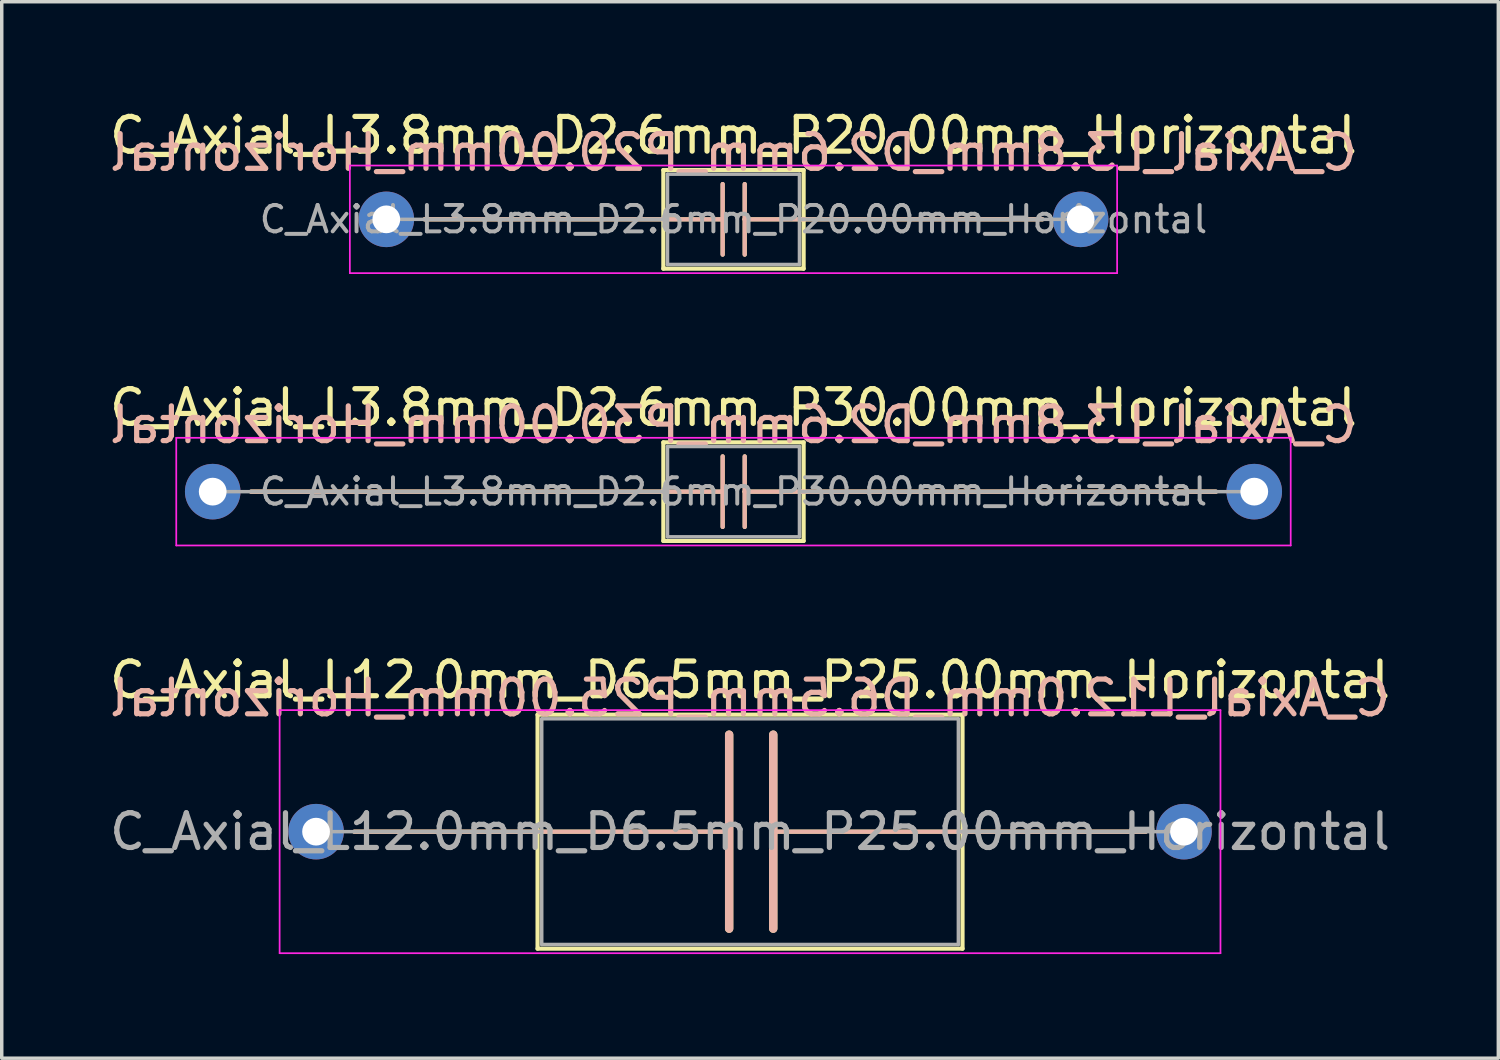
<source format=kicad_pcb>
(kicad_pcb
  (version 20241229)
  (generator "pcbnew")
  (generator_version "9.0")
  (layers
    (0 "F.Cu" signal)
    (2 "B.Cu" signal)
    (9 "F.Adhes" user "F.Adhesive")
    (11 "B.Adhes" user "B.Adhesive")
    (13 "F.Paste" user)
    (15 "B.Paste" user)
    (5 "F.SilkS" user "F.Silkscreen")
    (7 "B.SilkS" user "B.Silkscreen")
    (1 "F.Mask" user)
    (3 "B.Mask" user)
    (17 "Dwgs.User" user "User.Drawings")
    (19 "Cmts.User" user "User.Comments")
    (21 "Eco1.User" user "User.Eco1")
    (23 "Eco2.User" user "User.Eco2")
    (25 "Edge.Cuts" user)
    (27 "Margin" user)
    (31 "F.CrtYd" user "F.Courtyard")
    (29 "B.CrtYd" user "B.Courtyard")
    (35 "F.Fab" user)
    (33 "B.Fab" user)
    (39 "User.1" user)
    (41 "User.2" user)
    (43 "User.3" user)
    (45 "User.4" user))
  (footprint "C_Axial_L3.8mm_D2.6mm_P20.00mm_Horizontal"
    (layer "F.Cu")
    (at 8.077 3.268)
    (property "Reference" "C_Axial_L3.8mm_D2.6mm_P20.00mm_Horizontal" (at 10 -2.42 0) (layer "F.SilkS") (effects (font (size 1 1) (thickness 0.15))))
    (fp_line (start 1.1 0) (end 7.98 0) (stroke (width 0.12) (type solid)) (layer "F.SilkS"))
    (fp_line (start 7.98 -1.42) (end 7.98 1.42) (stroke (width 0.12) (type solid)) (layer "F.SilkS"))
    (fp_line (start 7.98 0) (end 9.688 0) (stroke (width 0.12) (type solid)) (layer "F.SilkS"))
    (fp_line (start 7.98 1.42) (end 12.02 1.42) (stroke (width 0.12) (type solid)) (layer "F.SilkS"))
    (fp_line (start 9.688 0) (end 9.688 -1.016) (stroke (width 0.12) (type solid)) (layer "F.SilkS"))
    (fp_line (start 9.688 0) (end 9.688 1.016) (stroke (width 0.12) (type solid)) (layer "F.SilkS"))
    (fp_line (start 10.323 0) (end 10.323 -1.016) (stroke (width 0.12) (type solid)) (layer "F.SilkS"))
    (fp_line (start 10.323 0) (end 10.323 1.016) (stroke (width 0.12) (type solid)) (layer "F.SilkS"))
    (fp_line (start 12.02 -1.42) (end 7.98 -1.42) (stroke (width 0.12) (type solid)) (layer "F.SilkS"))
    (fp_line (start 12.02 0) (end 10.323 0) (stroke (width 0.12) (type solid)) (layer "F.SilkS"))
    (fp_line (start 12.02 1.42) (end 12.02 -1.42) (stroke (width 0.12) (type solid)) (layer "F.SilkS"))
    (fp_line (start 18.9 0) (end 12.02 0) (stroke (width 0.12) (type solid)) (layer "F.SilkS"))
    (fp_line (start 1.1 0) (end 7.98 0) (stroke (width 0.12) (type solid)) (layer "B.SilkS"))
    (fp_line (start 7.98 0) (end 9.688 0) (stroke (width 0.12) (type solid)) (layer "B.SilkS"))
    (fp_line (start 9.688 0) (end 9.688 -1.016) (stroke (width 0.12) (type solid)) (layer "B.SilkS"))
    (fp_line (start 9.688 0) (end 9.688 1.016) (stroke (width 0.12) (type solid)) (layer "B.SilkS"))
    (fp_line (start 10.323 0) (end 10.323 -1.016) (stroke (width 0.12) (type solid)) (layer "B.SilkS"))
    (fp_line (start 10.323 0) (end 10.323 1.016) (stroke (width 0.12) (type solid)) (layer "B.SilkS"))
    (fp_line (start 12.02 0) (end 10.323 0) (stroke (width 0.12) (type solid)) (layer "B.SilkS"))
    (fp_line (start 18.9 0) (end 12.02 0) (stroke (width 0.12) (type solid)) (layer "B.SilkS"))
    (fp_line (start -1.05 -1.55) (end -1.05 1.55) (stroke (width 0.05) (type solid)) (layer "F.CrtYd"))
    (fp_line (start -1.05 1.55) (end 21.05 1.55) (stroke (width 0.05) (type solid)) (layer "F.CrtYd"))
    (fp_line (start 21.05 -1.55) (end -1.05 -1.55) (stroke (width 0.05) (type solid)) (layer "F.CrtYd"))
    (fp_line (start 21.05 1.55) (end 21.05 -1.55) (stroke (width 0.05) (type solid)) (layer "F.CrtYd"))
    (fp_line (start 0 0) (end 8.1 0) (stroke (width 0.1) (type solid)) (layer "F.Fab"))
    (fp_line (start 8.1 -1.3) (end 8.1 1.3) (stroke (width 0.1) (type solid)) (layer "F.Fab"))
    (fp_line (start 8.1 1.3) (end 11.9 1.3) (stroke (width 0.1) (type solid)) (layer "F.Fab"))
    (fp_line (start 11.9 -1.3) (end 8.1 -1.3) (stroke (width 0.1) (type solid)) (layer "F.Fab"))
    (fp_line (start 11.9 1.3) (end 11.9 -1.3) (stroke (width 0.1) (type solid)) (layer "F.Fab"))
    (fp_line (start 20 0) (end 11.9 0) (stroke (width 0.1) (type solid)) (layer "F.Fab"))
    (fp_text user "${REFERENCE}" (at 10 -1.925 0) (layer "B.SilkS") (effects (font (size 1 1) (thickness 0.15)) (justify mirror)))
    (fp_text user "${REFERENCE}" (at 10 0 0) (layer "F.Fab") (effects (font (size 0.76 0.76) (thickness 0.114))))
    (pad "1" thru_hole circle (at 0 0) (size 1.6 1.6) (drill 0.8) (layers "*.Cu" "*.Mask"))
    (pad "2" thru_hole oval (at 20 0) (size 1.6 1.6) (drill 0.8) (layers "*.Cu" "*.Mask")))
  (footprint "C_Axial_L3.8mm_D2.6mm_P30.00mm_Horizontal"
    (layer "F.Cu")
    (at 3.077 11.111)
    (property "Reference" "C_Axial_L3.8mm_D2.6mm_P30.00mm_Horizontal" (at 15 -2.42 0) (layer "F.SilkS") (effects (font (size 1 1) (thickness 0.15))))
    (fp_line (start 1.1 0) (end 12.98 0) (stroke (width 0.12) (type solid)) (layer "F.SilkS"))
    (fp_line (start 12.98 -1.42) (end 12.98 1.42) (stroke (width 0.12) (type solid)) (layer "F.SilkS"))
    (fp_line (start 12.98 0) (end 14.688 0) (stroke (width 0.12) (type solid)) (layer "F.SilkS"))
    (fp_line (start 12.98 1.42) (end 17.02 1.42) (stroke (width 0.12) (type solid)) (layer "F.SilkS"))
    (fp_line (start 14.688 0) (end 14.688 -1.016) (stroke (width 0.12) (type solid)) (layer "F.SilkS"))
    (fp_line (start 14.688 0) (end 14.688 1.016) (stroke (width 0.12) (type solid)) (layer "F.SilkS"))
    (fp_line (start 15.323 0) (end 15.323 -1.016) (stroke (width 0.12) (type solid)) (layer "F.SilkS"))
    (fp_line (start 15.323 0) (end 15.323 1.016) (stroke (width 0.12) (type solid)) (layer "F.SilkS"))
    (fp_line (start 17.018 0) (end 15.323 0) (stroke (width 0.12) (type solid)) (layer "F.SilkS"))
    (fp_line (start 17.02 -1.42) (end 12.98 -1.42) (stroke (width 0.12) (type solid)) (layer "F.SilkS"))
    (fp_line (start 17.02 1.42) (end 17.02 -1.42) (stroke (width 0.12) (type solid)) (layer "F.SilkS"))
    (fp_line (start 28.9 0) (end 17.02 0) (stroke (width 0.12) (type solid)) (layer "F.SilkS"))
    (fp_line (start 1.1 0) (end 12.98 0) (stroke (width 0.12) (type solid)) (layer "B.SilkS"))
    (fp_line (start 12.98 0) (end 14.688 0) (stroke (width 0.12) (type solid)) (layer "B.SilkS"))
    (fp_line (start 14.688 0) (end 14.688 -1.016) (stroke (width 0.12) (type solid)) (layer "B.SilkS"))
    (fp_line (start 14.688 0) (end 14.688 1.016) (stroke (width 0.12) (type solid)) (layer "B.SilkS"))
    (fp_line (start 15.323 0) (end 15.323 -1.016) (stroke (width 0.12) (type solid)) (layer "B.SilkS"))
    (fp_line (start 15.323 0) (end 15.323 1.016) (stroke (width 0.12) (type solid)) (layer "B.SilkS"))
    (fp_line (start 17.018 0) (end 15.323 0) (stroke (width 0.12) (type solid)) (layer "B.SilkS"))
    (fp_line (start 28.9 0) (end 17.02 0) (stroke (width 0.12) (type solid)) (layer "B.SilkS"))
    (fp_line (start -1.05 -1.55) (end -1.05 1.55) (stroke (width 0.05) (type solid)) (layer "F.CrtYd"))
    (fp_line (start -1.05 1.55) (end 31.05 1.55) (stroke (width 0.05) (type solid)) (layer "F.CrtYd"))
    (fp_line (start 31.05 -1.55) (end -1.05 -1.55) (stroke (width 0.05) (type solid)) (layer "F.CrtYd"))
    (fp_line (start 31.05 1.55) (end 31.05 -1.55) (stroke (width 0.05) (type solid)) (layer "F.CrtYd"))
    (fp_line (start 0 0) (end 13.1 0) (stroke (width 0.1) (type solid)) (layer "F.Fab"))
    (fp_line (start 13.1 -1.3) (end 13.1 1.3) (stroke (width 0.1) (type solid)) (layer "F.Fab"))
    (fp_line (start 13.1 1.3) (end 16.9 1.3) (stroke (width 0.1) (type solid)) (layer "F.Fab"))
    (fp_line (start 16.9 -1.3) (end 13.1 -1.3) (stroke (width 0.1) (type solid)) (layer "F.Fab"))
    (fp_line (start 16.9 1.3) (end 16.9 -1.3) (stroke (width 0.1) (type solid)) (layer "F.Fab"))
    (fp_line (start 30 0) (end 16.9 0) (stroke (width 0.1) (type solid)) (layer "F.Fab"))
    (fp_text user "${REFERENCE}" (at 15 -1.925 0) (layer "B.SilkS") (effects (font (size 1 1) (thickness 0.15)) (justify mirror)))
    (fp_text user "${REFERENCE}" (at 15 0 0) (layer "F.Fab") (effects (font (size 0.76 0.76) (thickness 0.114))))
    (pad "1" thru_hole circle (at 0 0) (size 1.6 1.6) (drill 0.8) (layers "*.Cu" "*.Mask"))
    (pad "2" thru_hole oval (at 30 0) (size 1.6 1.6) (drill 0.8) (layers "*.Cu" "*.Mask")))
  (footprint "C_Axial_L12.0mm_D6.5mm_P25.00mm_Horizontal"
    (layer "F.Cu")
    (at 6.054 20.905)
    (property "Reference" "C_Axial_L12.0mm_D6.5mm_P25.00mm_Horizontal" (at 12.5 -4.37 0) (layer "F.SilkS") (effects (font (size 1 1) (thickness 0.15))))
    (fp_line (start 1.1 0) (end 6.38 0) (stroke (width 0.12) (type solid)) (layer "F.SilkS"))
    (fp_line (start 6.38 -3.37) (end 6.38 3.37) (stroke (width 0.12) (type solid)) (layer "F.SilkS"))
    (fp_line (start 6.38 0) (end 11.898 0) (stroke (width 0.12) (type solid)) (layer "F.SilkS"))
    (fp_line (start 6.38 3.37) (end 18.62 3.37) (stroke (width 0.12) (type solid)) (layer "F.SilkS"))
    (fp_line (start 11.898 -2.794) (end 11.898 2.794) (stroke (width 0.24) (type solid)) (layer "F.SilkS"))
    (fp_line (start 13.168 2.794) (end 13.168 -2.794) (stroke (width 0.24) (type solid)) (layer "F.SilkS"))
    (fp_line (start 18.62 -3.37) (end 6.38 -3.37) (stroke (width 0.12) (type solid)) (layer "F.SilkS"))
    (fp_line (start 18.62 0) (end 13.168 0) (stroke (width 0.12) (type solid)) (layer "F.SilkS"))
    (fp_line (start 18.62 3.37) (end 18.62 -3.37) (stroke (width 0.12) (type solid)) (layer "F.SilkS"))
    (fp_line (start 23.9 0) (end 18.62 0) (stroke (width 0.12) (type solid)) (layer "F.SilkS"))
    (fp_line (start 1.1 0) (end 6.38 0) (stroke (width 0.12) (type solid)) (layer "B.SilkS"))
    (fp_line (start 6.38 0) (end 11.898 0) (stroke (width 0.12) (type solid)) (layer "B.SilkS"))
    (fp_line (start 11.898 2.794) (end 11.898 -2.794) (stroke (width 0.24) (type solid)) (layer "B.SilkS"))
    (fp_line (start 13.168 -2.794) (end 13.168 2.794) (stroke (width 0.24) (type solid)) (layer "B.SilkS"))
    (fp_line (start 18.62 0) (end 13.168 0) (stroke (width 0.12) (type solid)) (layer "B.SilkS"))
    (fp_line (start 23.9 0) (end 18.62 0) (stroke (width 0.12) (type solid)) (layer "B.SilkS"))
    (fp_line (start -1.05 -3.5) (end -1.05 3.5) (stroke (width 0.05) (type solid)) (layer "F.CrtYd"))
    (fp_line (start -1.05 3.5) (end 26.05 3.5) (stroke (width 0.05) (type solid)) (layer "F.CrtYd"))
    (fp_line (start 26.05 -3.5) (end -1.05 -3.5) (stroke (width 0.05) (type solid)) (layer "F.CrtYd"))
    (fp_line (start 26.05 3.5) (end 26.05 -3.5) (stroke (width 0.05) (type solid)) (layer "F.CrtYd"))
    (fp_line (start 0 0) (end 6.5 0) (stroke (width 0.1) (type solid)) (layer "F.Fab"))
    (fp_line (start 6.5 -3.25) (end 6.5 3.25) (stroke (width 0.1) (type solid)) (layer "F.Fab"))
    (fp_line (start 6.5 3.25) (end 18.5 3.25) (stroke (width 0.1) (type solid)) (layer "F.Fab"))
    (fp_line (start 18.5 -3.25) (end 6.5 -3.25) (stroke (width 0.1) (type solid)) (layer "F.Fab"))
    (fp_line (start 18.5 3.25) (end 18.5 -3.25) (stroke (width 0.1) (type solid)) (layer "F.Fab"))
    (fp_line (start 25 0) (end 18.5 0) (stroke (width 0.1) (type solid)) (layer "F.Fab"))
    (fp_text user "${REFERENCE}" (at 12.5 -3.85 0) (layer "B.SilkS") (effects (font (size 1 1) (thickness 0.15)) (justify mirror)))
    (fp_text user "${REFERENCE}" (at 12.5 0 0) (layer "F.Fab") (effects (font (size 1 1) (thickness 0.15))))
    (pad "1" thru_hole circle (at 0 0) (size 1.6 1.6) (drill 0.8) (layers "*.Cu" "*.Mask"))
    (pad "2" thru_hole oval (at 25 0) (size 1.6 1.6) (drill 0.8) (layers "*.Cu" "*.Mask")))
  (gr_rect
    (start -3 -3)
    (end 40.107 27.43)
    (stroke (width 0.1) (type default))
    (fill no)
    (layer "Edge.Cuts")))
</source>
